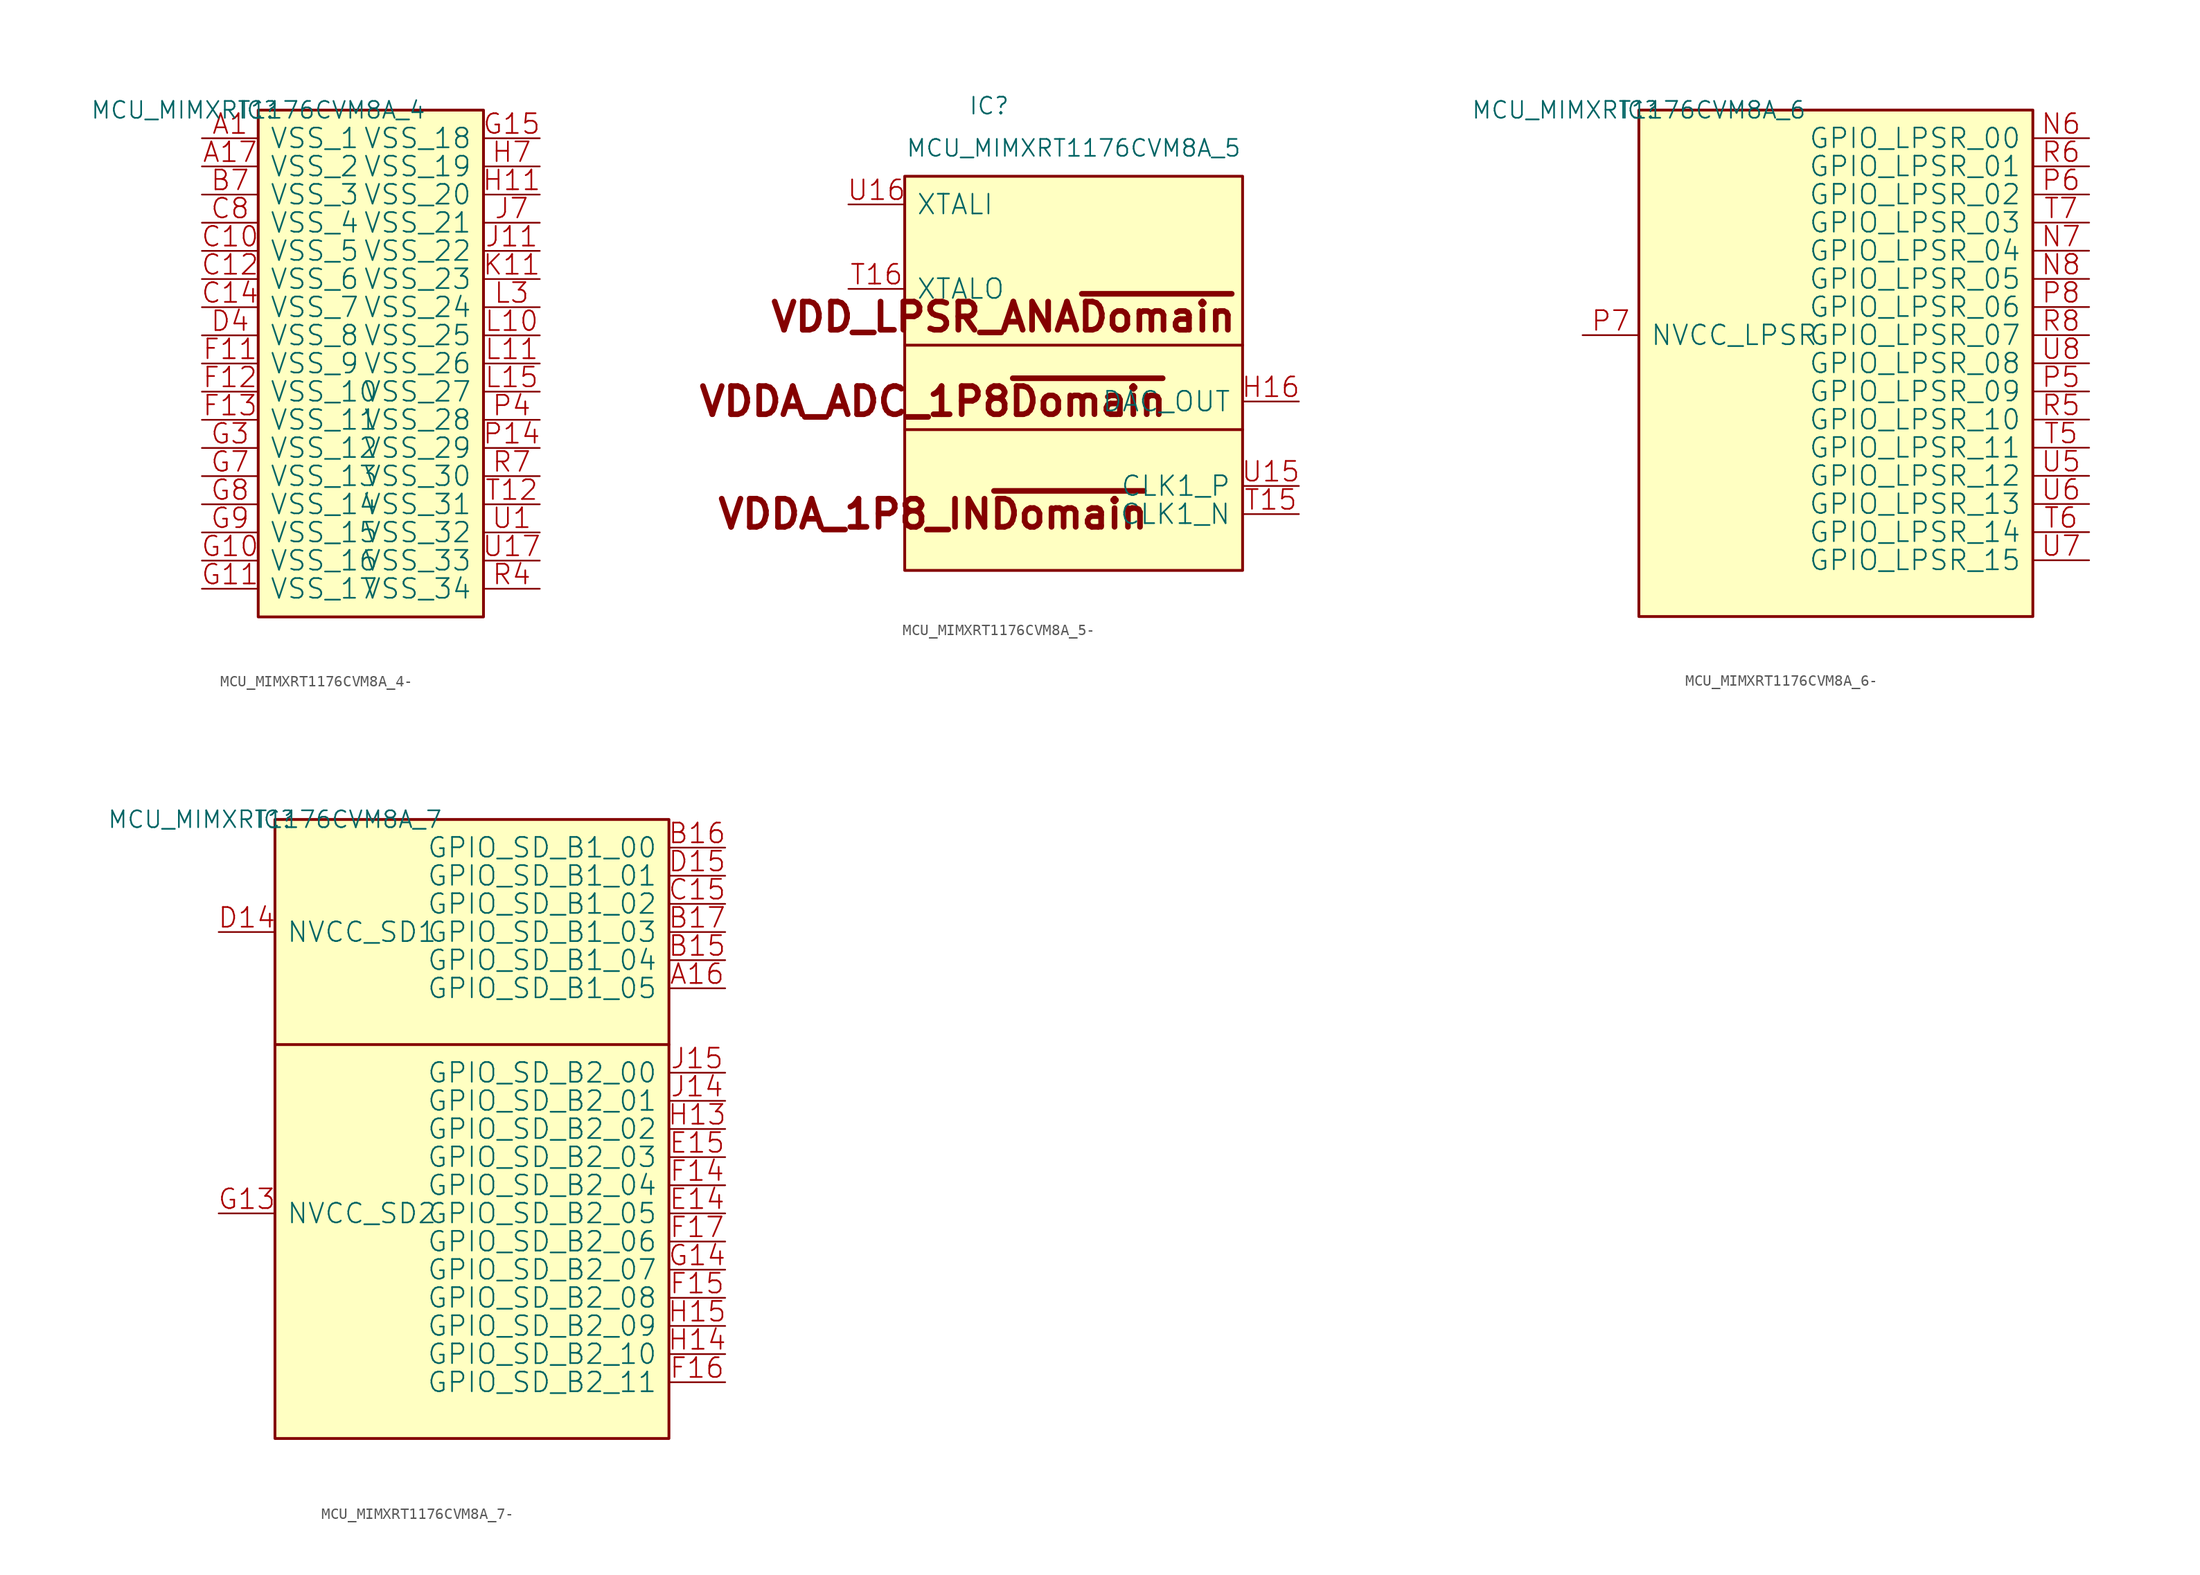
<source format=kicad_sym>
(kicad_symbol_lib
  (version 20231120)
  (generator "kicad_symbol_editor")
  (generator_version "8.0")
  (symbol "MCU_MIMXRT1176CVM8A_4-"
    (pin_names
      (offset 1.016))
    (property "Reference" "IC"
      (at 0 0 0)
      (effects (font (size 1.524 1.524))))
    (property "Value" "MCU_MIMXRT1176CVM8A_4"
      (at 0 0 0)
      (effects (font (size 1.524 1.524))))
    (property "Footprint" ""
      (at 0 0 0)
      (effects (font (size 1.524 1.524))))
    (property "Datasheet" ""
      (at 0 0 0)
      (effects (font (size 1.524 1.524))))
    (symbol "MCU_MIMXRT1176CVM8A_4-_0_1"
      (rectangle (start 0 -45.72) (end 20.32 0) (stroke (width 0.254) (type solid)) (fill (type background)))
      (pin power_in line (at -5.08 -2.54 0) (length 5.08) (name "VSS_1" (effects (font (size 1.778 1.778)))) (number "A1" (effects (font (size 1.778 1.778)))))
      (pin power_in line (at -5.08 -5.08 0) (length 5.08) (name "VSS_2" (effects (font (size 1.778 1.778)))) (number "A17" (effects (font (size 1.778 1.778)))))
      (pin power_in line (at -5.08 -7.62 0) (length 5.08) (name "VSS_3" (effects (font (size 1.778 1.778)))) (number "B7" (effects (font (size 1.778 1.778)))))
      (pin power_in line (at -5.08 -12.7 0) (length 5.08) (name "VSS_5" (effects (font (size 1.778 1.778)))) (number "C10" (effects (font (size 1.778 1.778)))))
      (pin power_in line (at -5.08 -15.24 0) (length 5.08) (name "VSS_6" (effects (font (size 1.778 1.778)))) (number "C12" (effects (font (size 1.778 1.778)))))
      (pin power_in line (at -5.08 -17.78 0) (length 5.08) (name "VSS_7" (effects (font (size 1.778 1.778)))) (number "C14" (effects (font (size 1.778 1.778)))))
      (pin power_in line (at -5.08 -10.16 0) (length 5.08) (name "VSS_4" (effects (font (size 1.778 1.778)))) (number "C8" (effects (font (size 1.778 1.778)))))
      (pin power_in line (at -5.08 -20.32 0) (length 5.08) (name "VSS_8" (effects (font (size 1.778 1.778)))) (number "D4" (effects (font (size 1.778 1.778)))))
      (pin power_in line (at -5.08 -22.86 0) (length 5.08) (name "VSS_9" (effects (font (size 1.778 1.778)))) (number "F11" (effects (font (size 1.778 1.778)))))
      (pin power_in line (at -5.08 -25.4 0) (length 5.08) (name "VSS_10" (effects (font (size 1.778 1.778)))) (number "F12" (effects (font (size 1.778 1.778)))))
      (pin power_in line (at -5.08 -27.94 0) (length 5.08) (name "VSS_11" (effects (font (size 1.778 1.778)))) (number "F13" (effects (font (size 1.778 1.778)))))
      (pin power_in line (at -5.08 -40.64 0) (length 5.08) (name "VSS_16" (effects (font (size 1.778 1.778)))) (number "G10" (effects (font (size 1.778 1.778)))))
      (pin power_in line (at -5.08 -43.18 0) (length 5.08) (name "VSS_17" (effects (font (size 1.778 1.778)))) (number "G11" (effects (font (size 1.778 1.778)))))
      (pin power_in line (at 25.4 -2.54 180) (length 5.08) (name "VSS_18" (effects (font (size 1.778 1.778)))) (number "G15" (effects (font (size 1.778 1.778)))))
      (pin power_in line (at -5.08 -30.48 0) (length 5.08) (name "VSS_12" (effects (font (size 1.778 1.778)))) (number "G3" (effects (font (size 1.778 1.778)))))
      (pin power_in line (at -5.08 -33.02 0) (length 5.08) (name "VSS_13" (effects (font (size 1.778 1.778)))) (number "G7" (effects (font (size 1.778 1.778)))))
      (pin power_in line (at -5.08 -35.56 0) (length 5.08) (name "VSS_14" (effects (font (size 1.778 1.778)))) (number "G8" (effects (font (size 1.778 1.778)))))
      (pin power_in line (at -5.08 -38.1 0) (length 5.08) (name "VSS_15" (effects (font (size 1.778 1.778)))) (number "G9" (effects (font (size 1.778 1.778)))))
      (pin power_in line (at 25.4 -7.62 180) (length 5.08) (name "VSS_20" (effects (font (size 1.778 1.778)))) (number "H11" (effects (font (size 1.778 1.778)))))
      (pin power_in line (at 25.4 -5.08 180) (length 5.08) (name "VSS_19" (effects (font (size 1.778 1.778)))) (number "H7" (effects (font (size 1.778 1.778)))))
      (pin power_in line (at 25.4 -12.7 180) (length 5.08) (name "VSS_22" (effects (font (size 1.778 1.778)))) (number "J11" (effects (font (size 1.778 1.778)))))
      (pin power_in line (at 25.4 -10.16 180) (length 5.08) (name "VSS_21" (effects (font (size 1.778 1.778)))) (number "J7" (effects (font (size 1.778 1.778)))))
      (pin power_in line (at 25.4 -15.24 180) (length 5.08) (name "VSS_23" (effects (font (size 1.778 1.778)))) (number "K11" (effects (font (size 1.778 1.778)))))
      (pin power_in line (at 25.4 -20.32 180) (length 5.08) (name "VSS_25" (effects (font (size 1.778 1.778)))) (number "L10" (effects (font (size 1.778 1.778)))))
      (pin power_in line (at 25.4 -22.86 180) (length 5.08) (name "VSS_26" (effects (font (size 1.778 1.778)))) (number "L11" (effects (font (size 1.778 1.778)))))
      (pin power_in line (at 25.4 -25.4 180) (length 5.08) (name "VSS_27" (effects (font (size 1.778 1.778)))) (number "L15" (effects (font (size 1.778 1.778)))))
      (pin power_in line (at 25.4 -17.78 180) (length 5.08) (name "VSS_24" (effects (font (size 1.778 1.778)))) (number "L3" (effects (font (size 1.778 1.778)))))
      (pin power_in line (at 25.4 -30.48 180) (length 5.08) (name "VSS_29" (effects (font (size 1.778 1.778)))) (number "P14" (effects (font (size 1.778 1.778)))))
      (pin power_in line (at 25.4 -27.94 180) (length 5.08) (name "VSS_28" (effects (font (size 1.778 1.778)))) (number "P4" (effects (font (size 1.778 1.778)))))
      (pin power_in line (at 25.4 -43.18 180) (length 5.08) (name "VSS_34" (effects (font (size 1.778 1.778)))) (number "R4" (effects (font (size 1.778 1.778)))))
      (pin power_in line (at 25.4 -33.02 180) (length 5.08) (name "VSS_30" (effects (font (size 1.778 1.778)))) (number "R7" (effects (font (size 1.778 1.778)))))
      (pin power_in line (at 25.4 -35.56 180) (length 5.08) (name "VSS_31" (effects (font (size 1.778 1.778)))) (number "T12" (effects (font (size 1.778 1.778)))))
      (pin power_in line (at 25.4 -38.1 180) (length 5.08) (name "VSS_32" (effects (font (size 1.778 1.778)))) (number "U1" (effects (font (size 1.778 1.778)))))
      (pin power_in line (at 25.4 -40.64 180) (length 5.08) (name "VSS_33" (effects (font (size 1.778 1.778)))) (number "U17" (effects (font (size 1.778 1.778)))))))
  (symbol "MCU_MIMXRT1176CVM8A_5-"
    (pin_names
      (offset 1.016))
    (property "Reference" "IC"
      (at 7.62 6.35 0)
      (effects (font (size 1.524 1.524))))
    (property "Value" "MCU_MIMXRT1176CVM8A_5"
      (at 15.24 2.54 0)
      (effects (font (size 1.524 1.524))))
    (property "Footprint" ""
      (at 0 0 0)
      (effects (font (size 1.524 1.524))))
    (property "Datasheet" ""
      (at 0 0 0)
      (effects (font (size 1.524 1.524))))
    (symbol "MCU_MIMXRT1176CVM8A_5-_0_1"
      (rectangle (start 0 -35.56) (end 30.48 0) (stroke (width 0.254) (type solid)) (fill (type background)))
      (polyline (pts (xy 0 -22.86) (xy 30.48 -22.86)) (stroke (width 0.254) (type solid)) (fill (type none)))
      (polyline (pts (xy 0 -15.24) (xy 30.48 -15.24)) (stroke (width 0.254) (type solid)) (fill (type none)))
      (pin passive line (at 35.56 -20.32 180) (length 5.08) (name "DAC_OUT" (effects (font (size 1.778 1.778)))) (number "H16" (effects (font (size 1.778 1.778)))))
      (pin passive line (at 35.56 -30.48 180) (length 5.08) (name "CLK1_N" (effects (font (size 1.778 1.778)))) (number "T15" (effects (font (size 1.778 1.778)))))
      (pin output line (at -5.08 -10.16 0) (length 5.08) (name "XTALO" (effects (font (size 1.778 1.778)))) (number "T16" (effects (font (size 1.778 1.778)))))
      (pin passive line (at 35.56 -27.94 180) (length 5.08) (name "CLK1_P" (effects (font (size 1.778 1.778)))) (number "U15" (effects (font (size 1.778 1.778)))))
      (pin input line (at -5.08 -2.54 0) (length 5.08) (name "XTALI" (effects (font (size 1.778 1.778)))) (number "U16" (effects (font (size 1.778 1.778))))))
    (symbol "MCU_MIMXRT1176CVM8A_5-_1_1"
      (text "VDD_LPSR_ANA~{Domain}" (at 8.89 -12.7 0) (effects (font (size 2.54 2.54) (bold yes))))
      (text "VDDA_1P8_IN~{Domain}" (at 2.54 -30.48 0) (effects (font (size 2.54 2.54) (bold yes))))
      (text "VDDA_ADC_1P8~{Domain}" (at 2.54 -20.32 0) (effects (font (size 2.54 2.54) (bold yes))))))
  (symbol "MCU_MIMXRT1176CVM8A_6-"
    (pin_names
      (offset 1.016))
    (property "Reference" "IC"
      (at 0 0 0)
      (effects (font (size 1.524 1.524))))
    (property "Value" "MCU_MIMXRT1176CVM8A_6"
      (at 0 0 0)
      (effects (font (size 1.524 1.524))))
    (property "Footprint" ""
      (at 0 0 0)
      (effects (font (size 1.524 1.524))))
    (property "Datasheet" ""
      (at 0 0 0)
      (effects (font (size 1.524 1.524))))
    (symbol "MCU_MIMXRT1176CVM8A_6-_0_1"
      (rectangle (start 0 -45.72) (end 35.56 0) (stroke (width 0.254) (type solid)) (fill (type background)))
      (pin bidirectional line (at 40.64 -2.54 180) (length 5.08) (name "GPIO_LPSR_00" (effects (font (size 1.778 1.778)))) (number "N6" (effects (font (size 1.778 1.778)))))
      (pin bidirectional line (at 40.64 -12.7 180) (length 5.08) (name "GPIO_LPSR_04" (effects (font (size 1.778 1.778)))) (number "N7" (effects (font (size 1.778 1.778)))))
      (pin bidirectional line (at 40.64 -15.24 180) (length 5.08) (name "GPIO_LPSR_05" (effects (font (size 1.778 1.778)))) (number "N8" (effects (font (size 1.778 1.778)))))
      (pin bidirectional line (at 40.64 -25.4 180) (length 5.08) (name "GPIO_LPSR_09" (effects (font (size 1.778 1.778)))) (number "P5" (effects (font (size 1.778 1.778)))))
      (pin bidirectional line (at 40.64 -7.62 180) (length 5.08) (name "GPIO_LPSR_02" (effects (font (size 1.778 1.778)))) (number "P6" (effects (font (size 1.778 1.778)))))
      (pin passive line (at -5.08 -20.32 0) (length 5.08) (name "NVCC_LPSR" (effects (font (size 1.778 1.778)))) (number "P7" (effects (font (size 1.778 1.778)))))
      (pin bidirectional line (at 40.64 -17.78 180) (length 5.08) (name "GPIO_LPSR_06" (effects (font (size 1.778 1.778)))) (number "P8" (effects (font (size 1.778 1.778)))))
      (pin bidirectional line (at 40.64 -27.94 180) (length 5.08) (name "GPIO_LPSR_10" (effects (font (size 1.778 1.778)))) (number "R5" (effects (font (size 1.778 1.778)))))
      (pin bidirectional line (at 40.64 -5.08 180) (length 5.08) (name "GPIO_LPSR_01" (effects (font (size 1.778 1.778)))) (number "R6" (effects (font (size 1.778 1.778)))))
      (pin bidirectional line (at 40.64 -20.32 180) (length 5.08) (name "GPIO_LPSR_07" (effects (font (size 1.778 1.778)))) (number "R8" (effects (font (size 1.778 1.778)))))
      (pin bidirectional line (at 40.64 -30.48 180) (length 5.08) (name "GPIO_LPSR_11" (effects (font (size 1.778 1.778)))) (number "T5" (effects (font (size 1.778 1.778)))))
      (pin bidirectional line (at 40.64 -38.1 180) (length 5.08) (name "GPIO_LPSR_14" (effects (font (size 1.778 1.778)))) (number "T6" (effects (font (size 1.778 1.778)))))
      (pin bidirectional line (at 40.64 -10.16 180) (length 5.08) (name "GPIO_LPSR_03" (effects (font (size 1.778 1.778)))) (number "T7" (effects (font (size 1.778 1.778)))))
      (pin bidirectional line (at 40.64 -33.02 180) (length 5.08) (name "GPIO_LPSR_12" (effects (font (size 1.778 1.778)))) (number "U5" (effects (font (size 1.778 1.778)))))
      (pin bidirectional line (at 40.64 -35.56 180) (length 5.08) (name "GPIO_LPSR_13" (effects (font (size 1.778 1.778)))) (number "U6" (effects (font (size 1.778 1.778)))))
      (pin bidirectional line (at 40.64 -40.64 180) (length 5.08) (name "GPIO_LPSR_15" (effects (font (size 1.778 1.778)))) (number "U7" (effects (font (size 1.778 1.778)))))
      (pin bidirectional line (at 40.64 -22.86 180) (length 5.08) (name "GPIO_LPSR_08" (effects (font (size 1.778 1.778)))) (number "U8" (effects (font (size 1.778 1.778)))))))
  (symbol "MCU_MIMXRT1176CVM8A_7-"
    (pin_names
      (offset 1.016))
    (property "Reference" "IC"
      (at 0 0 0)
      (effects (font (size 1.524 1.524))))
    (property "Value" "MCU_MIMXRT1176CVM8A_7"
      (at 0 0 0)
      (effects (font (size 1.524 1.524))))
    (property "Footprint" ""
      (at 0 0 0)
      (effects (font (size 1.524 1.524))))
    (property "Datasheet" ""
      (at 0 0 0)
      (effects (font (size 1.524 1.524))))
    (symbol "MCU_MIMXRT1176CVM8A_7-_0_1"
      (rectangle (start 0 -55.88) (end 35.56 0) (stroke (width 0.254) (type solid)) (fill (type background)))
      (polyline (pts (xy 0 -20.32) (xy 35.56 -20.32)) (stroke (width 0.254) (type solid)) (fill (type none)))
      (pin bidirectional line (at 40.64 -15.24 180) (length 5.08) (name "GPIO_SD_B1_05" (effects (font (size 1.778 1.778)))) (number "A16" (effects (font (size 1.778 1.778)))))
      (pin bidirectional line (at 40.64 -12.7 180) (length 5.08) (name "GPIO_SD_B1_04" (effects (font (size 1.778 1.778)))) (number "B15" (effects (font (size 1.778 1.778)))))
      (pin bidirectional line (at 40.64 -2.54 180) (length 5.08) (name "GPIO_SD_B1_00" (effects (font (size 1.778 1.778)))) (number "B16" (effects (font (size 1.778 1.778)))))
      (pin bidirectional line (at 40.64 -10.16 180) (length 5.08) (name "GPIO_SD_B1_03" (effects (font (size 1.778 1.778)))) (number "B17" (effects (font (size 1.778 1.778)))))
      (pin bidirectional line (at 40.64 -7.62 180) (length 5.08) (name "GPIO_SD_B1_02" (effects (font (size 1.778 1.778)))) (number "C15" (effects (font (size 1.778 1.778)))))
      (pin power_in line (at -5.08 -10.16 0) (length 5.08) (name "NVCC_SD1" (effects (font (size 1.778 1.778)))) (number "D14" (effects (font (size 1.778 1.778)))))
      (pin bidirectional line (at 40.64 -5.08 180) (length 5.08) (name "GPIO_SD_B1_01" (effects (font (size 1.778 1.778)))) (number "D15" (effects (font (size 1.778 1.778)))))
      (pin bidirectional line (at 40.64 -35.56 180) (length 5.08) (name "GPIO_SD_B2_05" (effects (font (size 1.778 1.778)))) (number "E14" (effects (font (size 1.778 1.778)))))
      (pin bidirectional line (at 40.64 -30.48 180) (length 5.08) (name "GPIO_SD_B2_03" (effects (font (size 1.778 1.778)))) (number "E15" (effects (font (size 1.778 1.778)))))
      (pin bidirectional line (at 40.64 -33.02 180) (length 5.08) (name "GPIO_SD_B2_04" (effects (font (size 1.778 1.778)))) (number "F14" (effects (font (size 1.778 1.778)))))
      (pin bidirectional line (at 40.64 -43.18 180) (length 5.08) (name "GPIO_SD_B2_08" (effects (font (size 1.778 1.778)))) (number "F15" (effects (font (size 1.778 1.778)))))
      (pin bidirectional line (at 40.64 -50.8 180) (length 5.08) (name "GPIO_SD_B2_11" (effects (font (size 1.778 1.778)))) (number "F16" (effects (font (size 1.778 1.778)))))
      (pin bidirectional line (at 40.64 -38.1 180) (length 5.08) (name "GPIO_SD_B2_06" (effects (font (size 1.778 1.778)))) (number "F17" (effects (font (size 1.778 1.778)))))
      (pin power_in line (at -5.08 -35.56 0) (length 5.08) (name "NVCC_SD2" (effects (font (size 1.778 1.778)))) (number "G13" (effects (font (size 1.778 1.778)))))
      (pin bidirectional line (at 40.64 -40.64 180) (length 5.08) (name "GPIO_SD_B2_07" (effects (font (size 1.778 1.778)))) (number "G14" (effects (font (size 1.778 1.778)))))
      (pin bidirectional line (at 40.64 -27.94 180) (length 5.08) (name "GPIO_SD_B2_02" (effects (font (size 1.778 1.778)))) (number "H13" (effects (font (size 1.778 1.778)))))
      (pin bidirectional line (at 40.64 -48.26 180) (length 5.08) (name "GPIO_SD_B2_10" (effects (font (size 1.778 1.778)))) (number "H14" (effects (font (size 1.778 1.778)))))
      (pin bidirectional line (at 40.64 -45.72 180) (length 5.08) (name "GPIO_SD_B2_09" (effects (font (size 1.778 1.778)))) (number "H15" (effects (font (size 1.778 1.778)))))
      (pin bidirectional line (at 40.64 -25.4 180) (length 5.08) (name "GPIO_SD_B2_01" (effects (font (size 1.778 1.778)))) (number "J14" (effects (font (size 1.778 1.778)))))
      (pin bidirectional line (at 40.64 -22.86 180) (length 5.08) (name "GPIO_SD_B2_00" (effects (font (size 1.778 1.778)))) (number "J15" (effects (font (size 1.778 1.778))))))))
</source>
